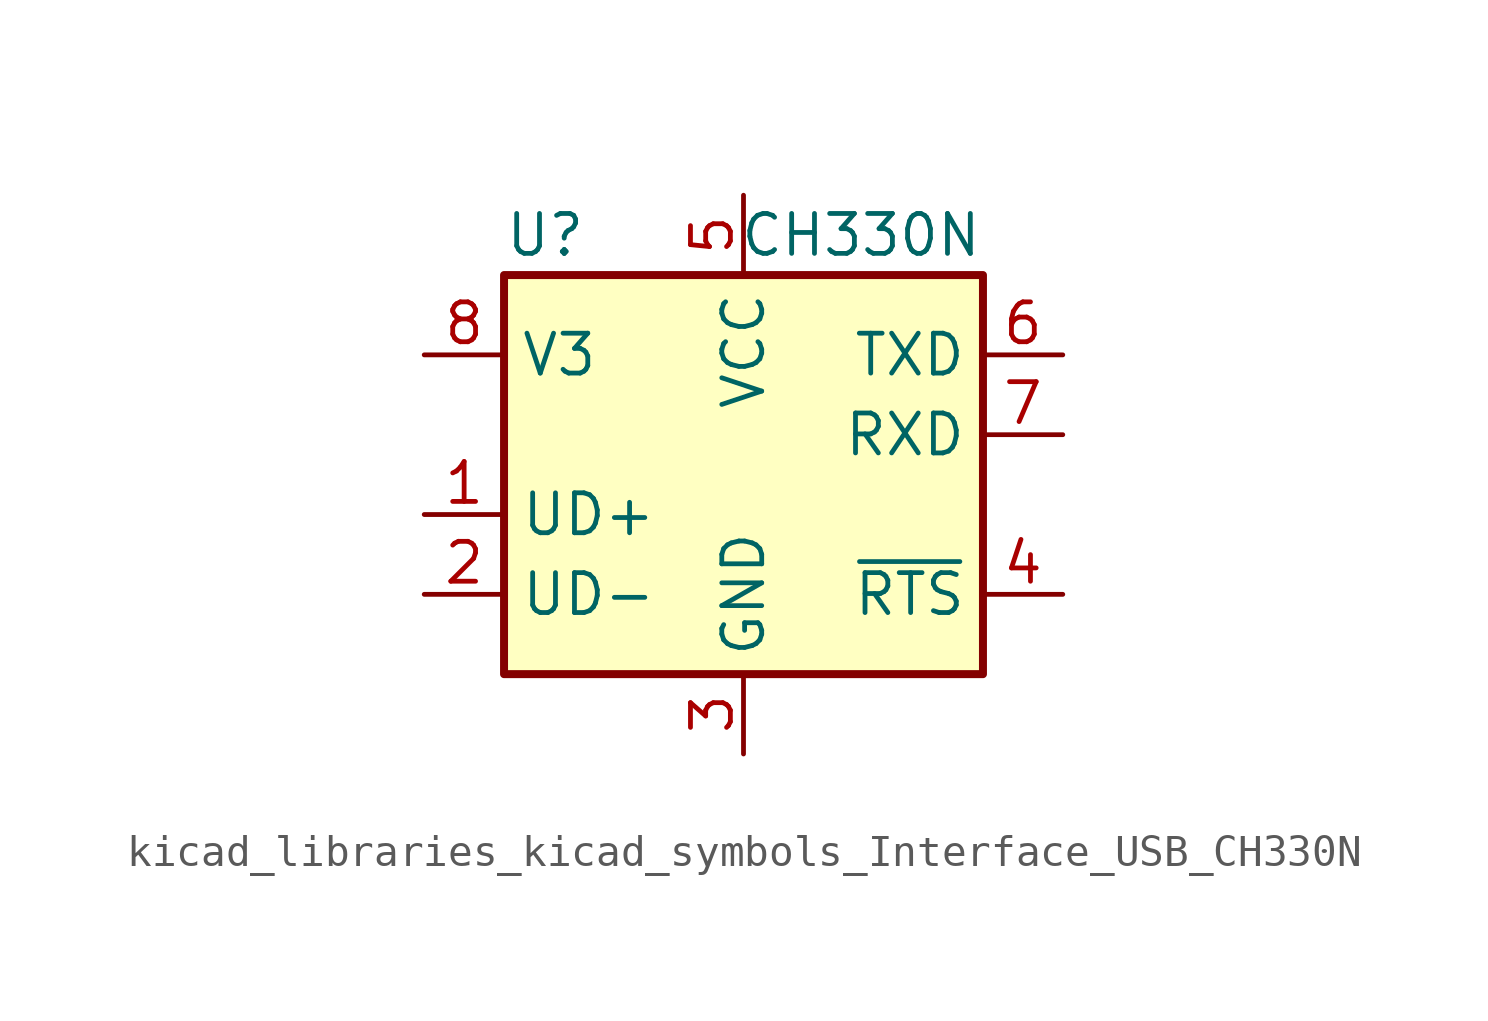
<source format=kicad_sym>
(kicad_symbol_lib
  (version 20220914)
  (generator kicad_symbol_editor)
  (symbol "kicad_libraries_kicad_symbols_Interface_USB_CH330N"
    (property "Reference" "U"
      (at -7.62 6.35 0)
      (effects (font (size 1.27 1.27)) (justify left)))
    (property "Value" "CH330N"
      (at 7.62 6.35 0)
      (effects (font (size 1.27 1.27)) (justify right)))
    (symbol "kicad_libraries_kicad_symbols_Interface_USB_CH330N_0_1"
      (rectangle (start -7.62 5.08) (end 7.62 -7.62) (stroke (width 0.254) (type default)) (fill (type background))))
    (symbol "kicad_libraries_kicad_symbols_Interface_USB_CH330N_1_1"
      (pin bidirectional line (at -10.16 -2.54 0) (length 2.54) (name "UD+" (effects (font (size 1.27 1.27)))) (number "1" (effects (font (size 1.27 1.27)))))
      (pin bidirectional line (at -10.16 -5.08 0) (length 2.54) (name "UD-" (effects (font (size 1.27 1.27)))) (number "2" (effects (font (size 1.27 1.27)))))
      (pin power_in line (at 0 -10.16 90) (length 2.54) (name "GND" (effects (font (size 1.27 1.27)))) (number "3" (effects (font (size 1.27 1.27)))))
      (pin output line (at 10.16 -5.08 180) (length 2.54) (name "~{RTS}" (effects (font (size 1.27 1.27)))) (number "4" (effects (font (size 1.27 1.27)))))
      (pin power_in line (at 0 7.62 270) (length 2.54) (name "VCC" (effects (font (size 1.27 1.27)))) (number "5" (effects (font (size 1.27 1.27)))))
      (pin output line (at 10.16 2.54 180) (length 2.54) (name "TXD" (effects (font (size 1.27 1.27)))) (number "6" (effects (font (size 1.27 1.27)))))
      (pin input line (at 10.16 0 180) (length 2.54) (name "RXD" (effects (font (size 1.27 1.27)))) (number "7" (effects (font (size 1.27 1.27)))))
      (pin passive line (at -10.16 2.54 0) (length 2.54) (name "V3" (effects (font (size 1.27 1.27)))) (number "8" (effects (font (size 1.27 1.27))))))))
</source>
